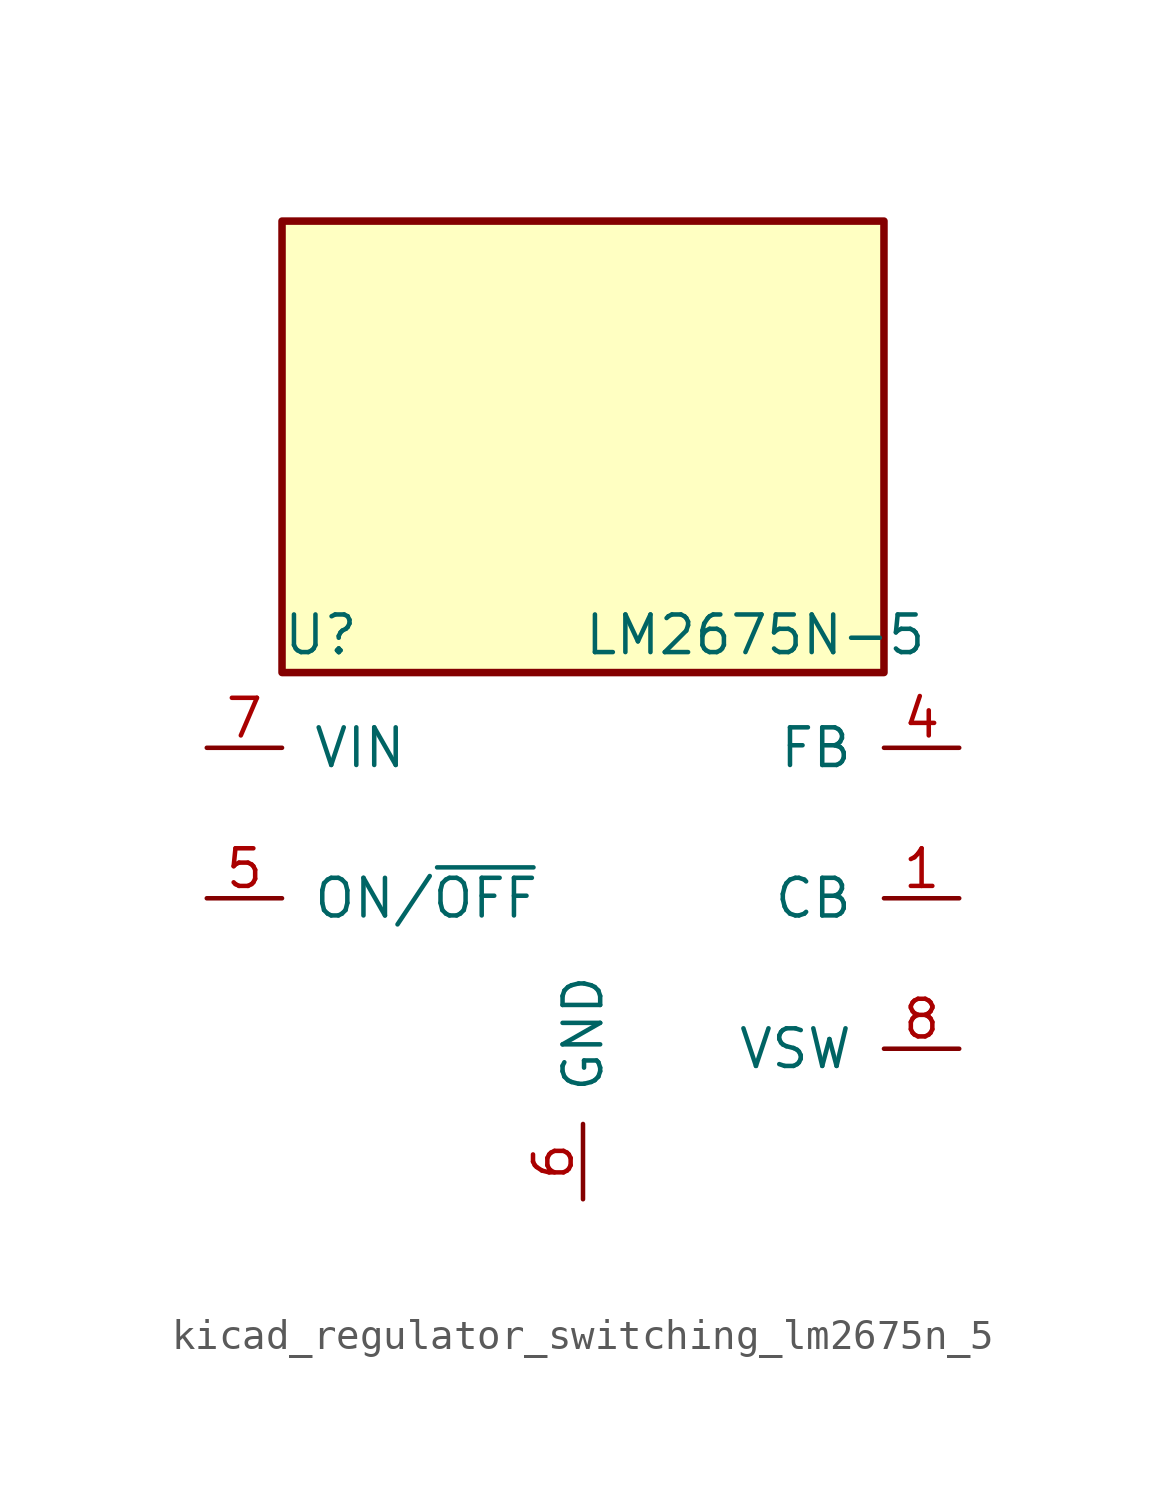
<source format=kicad_sym>
(kicad_symbol_lib
  (version 20220914)
  (generator kicad_symbol_editor)
  (symbol "kicad_regulator_switching_lm2675n_5"
    (pin_names
      (offset 1.016))
    (property "Reference" "U"
      (at -10.16 8.89 0)
      (effects (font (size 1.27 1.27)) (justify left)))
    (property "Value" "LM2675N-5"
      (at 0 8.89 0)
      (effects (font (size 1.27 1.27)) (justify left)))
    (symbol "kicad_regulator_switching_lm2675n_5_0_1"
      (rectangle (start 10.16 22.86) (end -10.16 7.62) (stroke (width 0.254) (type default)) (fill (type background))))
    (symbol "kicad_regulator_switching_lm2675n_5_1_1"
      (pin input line (at 12.7 0 180) (length 2.54) (name "CB" (effects (font (size 1.27 1.27)))) (number "1" (effects (font (size 1.27 1.27)))))
      (pin no_connect line (at -10.16 -2.54 0) (length 2.54) hide (name "NC" (effects (font (size 1.27 1.27)))) (number "2" (effects (font (size 1.27 1.27)))))
      (pin no_connect line (at -10.16 -5.08 0) (length 2.54) hide (name "NC" (effects (font (size 1.27 1.27)))) (number "3" (effects (font (size 1.27 1.27)))))
      (pin input line (at 12.7 5.08 180) (length 2.54) (name "FB" (effects (font (size 1.27 1.27)))) (number "4" (effects (font (size 1.27 1.27)))))
      (pin input line (at -12.7 0 0) (length 2.54) (name "ON/~{OFF}" (effects (font (size 1.27 1.27)))) (number "5" (effects (font (size 1.27 1.27)))))
      (pin power_in line (at 0 -10.16 90) (length 2.54) (name "GND" (effects (font (size 1.27 1.27)))) (number "6" (effects (font (size 1.27 1.27)))))
      (pin power_in line (at -12.7 5.08 0) (length 2.54) (name "VIN" (effects (font (size 1.27 1.27)))) (number "7" (effects (font (size 1.27 1.27)))))
      (pin output line (at 12.7 -5.08 180) (length 2.54) (name "VSW" (effects (font (size 1.27 1.27)))) (number "8" (effects (font (size 1.27 1.27))))))))
</source>
